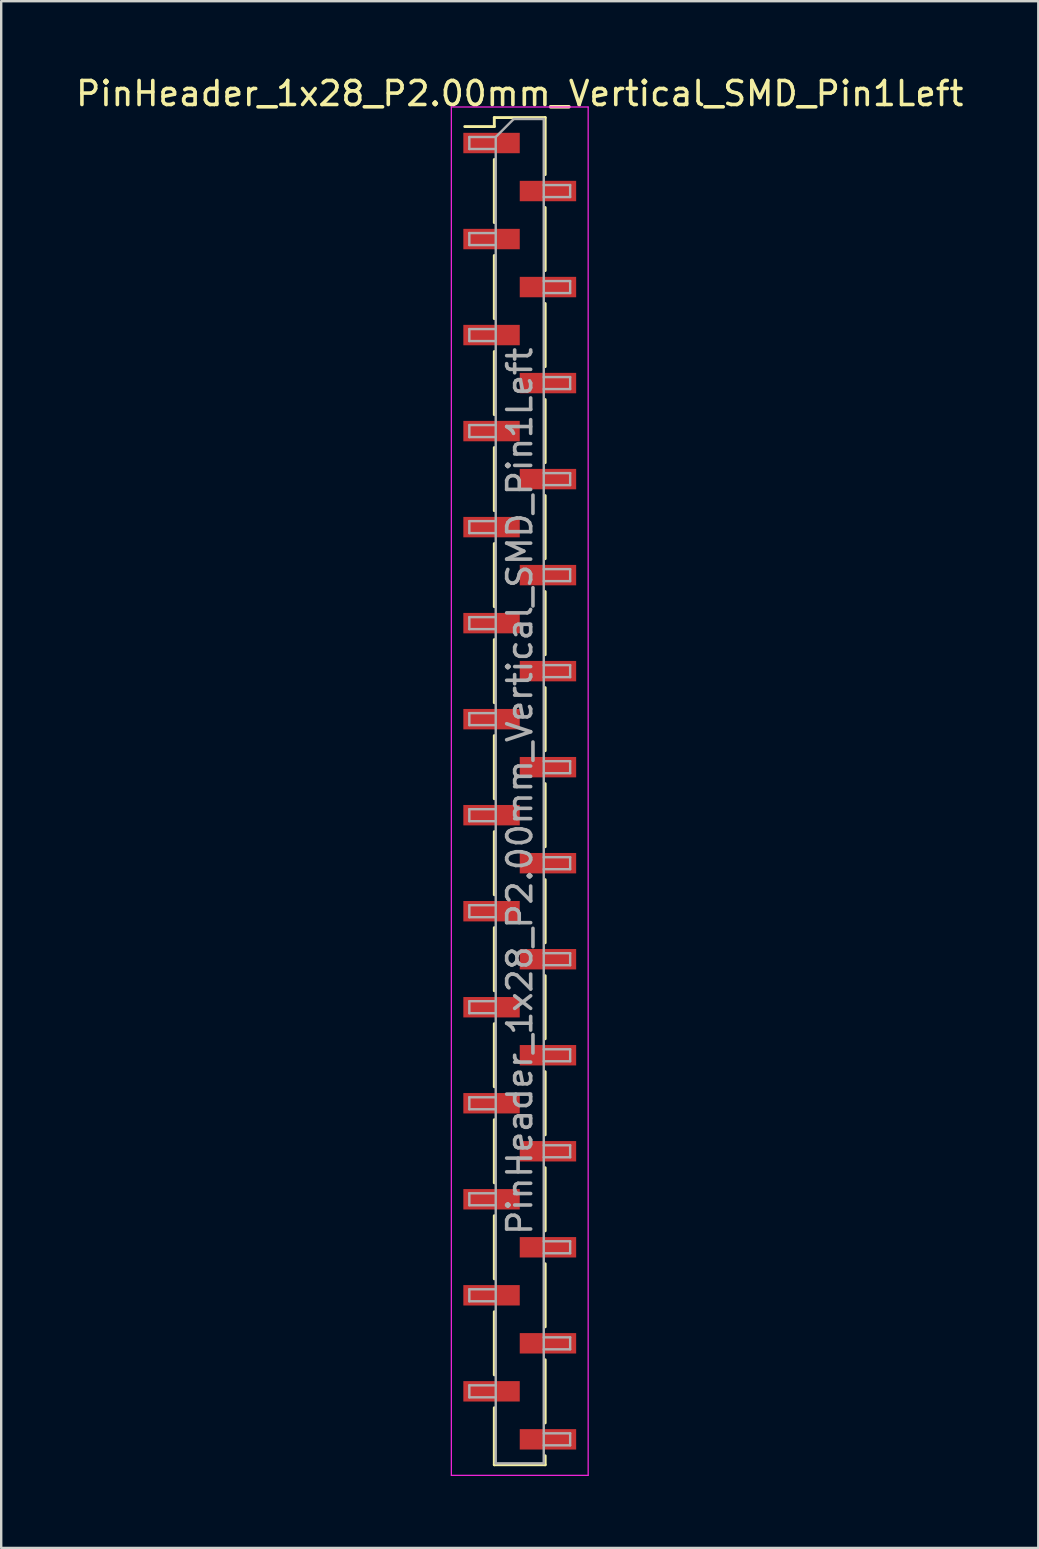
<source format=kicad_pcb>
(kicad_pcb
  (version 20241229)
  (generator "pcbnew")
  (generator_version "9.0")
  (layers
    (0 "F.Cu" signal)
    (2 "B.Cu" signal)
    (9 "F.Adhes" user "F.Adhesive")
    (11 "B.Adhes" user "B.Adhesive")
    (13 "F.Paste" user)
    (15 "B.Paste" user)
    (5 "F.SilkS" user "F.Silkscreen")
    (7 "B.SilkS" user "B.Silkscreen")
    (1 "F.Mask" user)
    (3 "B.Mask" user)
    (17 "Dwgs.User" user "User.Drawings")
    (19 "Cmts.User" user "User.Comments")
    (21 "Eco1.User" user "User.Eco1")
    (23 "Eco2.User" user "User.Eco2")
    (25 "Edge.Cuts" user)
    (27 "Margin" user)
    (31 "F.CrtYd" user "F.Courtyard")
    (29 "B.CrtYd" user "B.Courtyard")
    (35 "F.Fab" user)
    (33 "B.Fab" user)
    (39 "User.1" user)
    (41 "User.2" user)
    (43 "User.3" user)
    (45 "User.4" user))
  (footprint "PinHeader_1x28_P2.00mm_Vertical_SMD_Pin1Left"
    (layer "F.Cu")
    (at 18.601 29.908)
    (property "Reference" "PinHeader_1x28_P2.00mm_Vertical_SMD_Pin1Left" (at 0 -29.06 0) (layer "F.SilkS") (effects (font (size 1 1) (thickness 0.15))))
    (attr smd)
    (fp_line (start -1.06 -28.06) (end -1.06 -27.685) (stroke (width 0.12) (type solid)) (layer "F.SilkS"))
    (fp_line (start -1.06 -28.06) (end 1.06 -28.06) (stroke (width 0.12) (type solid)) (layer "F.SilkS"))
    (fp_line (start -1.06 -27.685) (end -2.29 -27.685) (stroke (width 0.12) (type solid)) (layer "F.SilkS"))
    (fp_line (start -1.06 -26.315) (end -1.06 -23.685) (stroke (width 0.12) (type solid)) (layer "F.SilkS"))
    (fp_line (start -1.06 -22.315) (end -1.06 -19.685) (stroke (width 0.12) (type solid)) (layer "F.SilkS"))
    (fp_line (start -1.06 -18.315) (end -1.06 -15.685) (stroke (width 0.12) (type solid)) (layer "F.SilkS"))
    (fp_line (start -1.06 -14.315) (end -1.06 -11.685) (stroke (width 0.12) (type solid)) (layer "F.SilkS"))
    (fp_line (start -1.06 -10.315) (end -1.06 -7.685) (stroke (width 0.12) (type solid)) (layer "F.SilkS"))
    (fp_line (start -1.06 -6.315) (end -1.06 -3.685) (stroke (width 0.12) (type solid)) (layer "F.SilkS"))
    (fp_line (start -1.06 -2.315) (end -1.06 0.315) (stroke (width 0.12) (type solid)) (layer "F.SilkS"))
    (fp_line (start -1.06 1.685) (end -1.06 4.315) (stroke (width 0.12) (type solid)) (layer "F.SilkS"))
    (fp_line (start -1.06 5.685) (end -1.06 8.315) (stroke (width 0.12) (type solid)) (layer "F.SilkS"))
    (fp_line (start -1.06 9.685) (end -1.06 12.315) (stroke (width 0.12) (type solid)) (layer "F.SilkS"))
    (fp_line (start -1.06 13.685) (end -1.06 16.315) (stroke (width 0.12) (type solid)) (layer "F.SilkS"))
    (fp_line (start -1.06 17.685) (end -1.06 20.315) (stroke (width 0.12) (type solid)) (layer "F.SilkS"))
    (fp_line (start -1.06 21.685) (end -1.06 24.315) (stroke (width 0.12) (type solid)) (layer "F.SilkS"))
    (fp_line (start -1.06 25.685) (end -1.06 28.06) (stroke (width 0.12) (type solid)) (layer "F.SilkS"))
    (fp_line (start -1.06 28.06) (end 1.06 28.06) (stroke (width 0.12) (type solid)) (layer "F.SilkS"))
    (fp_line (start 1.06 -28.06) (end 1.06 -25.685) (stroke (width 0.12) (type solid)) (layer "F.SilkS"))
    (fp_line (start 1.06 -24.315) (end 1.06 -21.685) (stroke (width 0.12) (type solid)) (layer "F.SilkS"))
    (fp_line (start 1.06 -20.315) (end 1.06 -17.685) (stroke (width 0.12) (type solid)) (layer "F.SilkS"))
    (fp_line (start 1.06 -16.315) (end 1.06 -13.685) (stroke (width 0.12) (type solid)) (layer "F.SilkS"))
    (fp_line (start 1.06 -12.315) (end 1.06 -9.685) (stroke (width 0.12) (type solid)) (layer "F.SilkS"))
    (fp_line (start 1.06 -8.315) (end 1.06 -5.685) (stroke (width 0.12) (type solid)) (layer "F.SilkS"))
    (fp_line (start 1.06 -4.315) (end 1.06 -1.685) (stroke (width 0.12) (type solid)) (layer "F.SilkS"))
    (fp_line (start 1.06 -0.315) (end 1.06 2.315) (stroke (width 0.12) (type solid)) (layer "F.SilkS"))
    (fp_line (start 1.06 3.685) (end 1.06 6.315) (stroke (width 0.12) (type solid)) (layer "F.SilkS"))
    (fp_line (start 1.06 7.685) (end 1.06 10.315) (stroke (width 0.12) (type solid)) (layer "F.SilkS"))
    (fp_line (start 1.06 11.685) (end 1.06 14.315) (stroke (width 0.12) (type solid)) (layer "F.SilkS"))
    (fp_line (start 1.06 15.685) (end 1.06 18.315) (stroke (width 0.12) (type solid)) (layer "F.SilkS"))
    (fp_line (start 1.06 19.685) (end 1.06 22.315) (stroke (width 0.12) (type solid)) (layer "F.SilkS"))
    (fp_line (start 1.06 23.685) (end 1.06 26.315) (stroke (width 0.12) (type solid)) (layer "F.SilkS"))
    (fp_line (start 1.06 27.685) (end 1.06 28.06) (stroke (width 0.12) (type solid)) (layer "F.SilkS"))
    (fp_line (start -2.85 -28.5) (end -2.85 28.5) (stroke (width 0.05) (type solid)) (layer "F.CrtYd"))
    (fp_line (start -2.85 28.5) (end 2.85 28.5) (stroke (width 0.05) (type solid)) (layer "F.CrtYd"))
    (fp_line (start 2.85 -28.5) (end -2.85 -28.5) (stroke (width 0.05) (type solid)) (layer "F.CrtYd"))
    (fp_line (start 2.85 28.5) (end 2.85 -28.5) (stroke (width 0.05) (type solid)) (layer "F.CrtYd"))
    (fp_line (start -2.1 -27.25) (end -2.1 -26.75) (stroke (width 0.1) (type solid)) (layer "F.Fab"))
    (fp_line (start -2.1 -26.75) (end -1 -26.75) (stroke (width 0.1) (type solid)) (layer "F.Fab"))
    (fp_line (start -2.1 -23.25) (end -2.1 -22.75) (stroke (width 0.1) (type solid)) (layer "F.Fab"))
    (fp_line (start -2.1 -22.75) (end -1 -22.75) (stroke (width 0.1) (type solid)) (layer "F.Fab"))
    (fp_line (start -2.1 -19.25) (end -2.1 -18.75) (stroke (width 0.1) (type solid)) (layer "F.Fab"))
    (fp_line (start -2.1 -18.75) (end -1 -18.75) (stroke (width 0.1) (type solid)) (layer "F.Fab"))
    (fp_line (start -2.1 -15.25) (end -2.1 -14.75) (stroke (width 0.1) (type solid)) (layer "F.Fab"))
    (fp_line (start -2.1 -14.75) (end -1 -14.75) (stroke (width 0.1) (type solid)) (layer "F.Fab"))
    (fp_line (start -2.1 -11.25) (end -2.1 -10.75) (stroke (width 0.1) (type solid)) (layer "F.Fab"))
    (fp_line (start -2.1 -10.75) (end -1 -10.75) (stroke (width 0.1) (type solid)) (layer "F.Fab"))
    (fp_line (start -2.1 -7.25) (end -2.1 -6.75) (stroke (width 0.1) (type solid)) (layer "F.Fab"))
    (fp_line (start -2.1 -6.75) (end -1 -6.75) (stroke (width 0.1) (type solid)) (layer "F.Fab"))
    (fp_line (start -2.1 -3.25) (end -2.1 -2.75) (stroke (width 0.1) (type solid)) (layer "F.Fab"))
    (fp_line (start -2.1 -2.75) (end -1 -2.75) (stroke (width 0.1) (type solid)) (layer "F.Fab"))
    (fp_line (start -2.1 0.75) (end -2.1 1.25) (stroke (width 0.1) (type solid)) (layer "F.Fab"))
    (fp_line (start -2.1 1.25) (end -1 1.25) (stroke (width 0.1) (type solid)) (layer "F.Fab"))
    (fp_line (start -2.1 4.75) (end -2.1 5.25) (stroke (width 0.1) (type solid)) (layer "F.Fab"))
    (fp_line (start -2.1 5.25) (end -1 5.25) (stroke (width 0.1) (type solid)) (layer "F.Fab"))
    (fp_line (start -2.1 8.75) (end -2.1 9.25) (stroke (width 0.1) (type solid)) (layer "F.Fab"))
    (fp_line (start -2.1 9.25) (end -1 9.25) (stroke (width 0.1) (type solid)) (layer "F.Fab"))
    (fp_line (start -2.1 12.75) (end -2.1 13.25) (stroke (width 0.1) (type solid)) (layer "F.Fab"))
    (fp_line (start -2.1 13.25) (end -1 13.25) (stroke (width 0.1) (type solid)) (layer "F.Fab"))
    (fp_line (start -2.1 16.75) (end -2.1 17.25) (stroke (width 0.1) (type solid)) (layer "F.Fab"))
    (fp_line (start -2.1 17.25) (end -1 17.25) (stroke (width 0.1) (type solid)) (layer "F.Fab"))
    (fp_line (start -2.1 20.75) (end -2.1 21.25) (stroke (width 0.1) (type solid)) (layer "F.Fab"))
    (fp_line (start -2.1 21.25) (end -1 21.25) (stroke (width 0.1) (type solid)) (layer "F.Fab"))
    (fp_line (start -2.1 24.75) (end -2.1 25.25) (stroke (width 0.1) (type solid)) (layer "F.Fab"))
    (fp_line (start -2.1 25.25) (end -1 25.25) (stroke (width 0.1) (type solid)) (layer "F.Fab"))
    (fp_line (start -1 -27.25) (end -2.1 -27.25) (stroke (width 0.1) (type solid)) (layer "F.Fab"))
    (fp_line (start -1 -27.25) (end -0.25 -28) (stroke (width 0.1) (type solid)) (layer "F.Fab"))
    (fp_line (start -1 -23.25) (end -2.1 -23.25) (stroke (width 0.1) (type solid)) (layer "F.Fab"))
    (fp_line (start -1 -19.25) (end -2.1 -19.25) (stroke (width 0.1) (type solid)) (layer "F.Fab"))
    (fp_line (start -1 -15.25) (end -2.1 -15.25) (stroke (width 0.1) (type solid)) (layer "F.Fab"))
    (fp_line (start -1 -11.25) (end -2.1 -11.25) (stroke (width 0.1) (type solid)) (layer "F.Fab"))
    (fp_line (start -1 -7.25) (end -2.1 -7.25) (stroke (width 0.1) (type solid)) (layer "F.Fab"))
    (fp_line (start -1 -3.25) (end -2.1 -3.25) (stroke (width 0.1) (type solid)) (layer "F.Fab"))
    (fp_line (start -1 0.75) (end -2.1 0.75) (stroke (width 0.1) (type solid)) (layer "F.Fab"))
    (fp_line (start -1 4.75) (end -2.1 4.75) (stroke (width 0.1) (type solid)) (layer "F.Fab"))
    (fp_line (start -1 8.75) (end -2.1 8.75) (stroke (width 0.1) (type solid)) (layer "F.Fab"))
    (fp_line (start -1 12.75) (end -2.1 12.75) (stroke (width 0.1) (type solid)) (layer "F.Fab"))
    (fp_line (start -1 16.75) (end -2.1 16.75) (stroke (width 0.1) (type solid)) (layer "F.Fab"))
    (fp_line (start -1 20.75) (end -2.1 20.75) (stroke (width 0.1) (type solid)) (layer "F.Fab"))
    (fp_line (start -1 24.75) (end -2.1 24.75) (stroke (width 0.1) (type solid)) (layer "F.Fab"))
    (fp_line (start -1 28) (end -1 -27.25) (stroke (width 0.1) (type solid)) (layer "F.Fab"))
    (fp_line (start -0.25 -28) (end 1 -28) (stroke (width 0.1) (type solid)) (layer "F.Fab"))
    (fp_line (start 1 -28) (end 1 28) (stroke (width 0.1) (type solid)) (layer "F.Fab"))
    (fp_line (start 1 -25.25) (end 2.1 -25.25) (stroke (width 0.1) (type solid)) (layer "F.Fab"))
    (fp_line (start 1 -21.25) (end 2.1 -21.25) (stroke (width 0.1) (type solid)) (layer "F.Fab"))
    (fp_line (start 1 -17.25) (end 2.1 -17.25) (stroke (width 0.1) (type solid)) (layer "F.Fab"))
    (fp_line (start 1 -13.25) (end 2.1 -13.25) (stroke (width 0.1) (type solid)) (layer "F.Fab"))
    (fp_line (start 1 -9.25) (end 2.1 -9.25) (stroke (width 0.1) (type solid)) (layer "F.Fab"))
    (fp_line (start 1 -5.25) (end 2.1 -5.25) (stroke (width 0.1) (type solid)) (layer "F.Fab"))
    (fp_line (start 1 -1.25) (end 2.1 -1.25) (stroke (width 0.1) (type solid)) (layer "F.Fab"))
    (fp_line (start 1 2.75) (end 2.1 2.75) (stroke (width 0.1) (type solid)) (layer "F.Fab"))
    (fp_line (start 1 6.75) (end 2.1 6.75) (stroke (width 0.1) (type solid)) (layer "F.Fab"))
    (fp_line (start 1 10.75) (end 2.1 10.75) (stroke (width 0.1) (type solid)) (layer "F.Fab"))
    (fp_line (start 1 14.75) (end 2.1 14.75) (stroke (width 0.1) (type solid)) (layer "F.Fab"))
    (fp_line (start 1 18.75) (end 2.1 18.75) (stroke (width 0.1) (type solid)) (layer "F.Fab"))
    (fp_line (start 1 22.75) (end 2.1 22.75) (stroke (width 0.1) (type solid)) (layer "F.Fab"))
    (fp_line (start 1 26.75) (end 2.1 26.75) (stroke (width 0.1) (type solid)) (layer "F.Fab"))
    (fp_line (start 1 28) (end -1 28) (stroke (width 0.1) (type solid)) (layer "F.Fab"))
    (fp_line (start 2.1 -25.25) (end 2.1 -24.75) (stroke (width 0.1) (type solid)) (layer "F.Fab"))
    (fp_line (start 2.1 -24.75) (end 1 -24.75) (stroke (width 0.1) (type solid)) (layer "F.Fab"))
    (fp_line (start 2.1 -21.25) (end 2.1 -20.75) (stroke (width 0.1) (type solid)) (layer "F.Fab"))
    (fp_line (start 2.1 -20.75) (end 1 -20.75) (stroke (width 0.1) (type solid)) (layer "F.Fab"))
    (fp_line (start 2.1 -17.25) (end 2.1 -16.75) (stroke (width 0.1) (type solid)) (layer "F.Fab"))
    (fp_line (start 2.1 -16.75) (end 1 -16.75) (stroke (width 0.1) (type solid)) (layer "F.Fab"))
    (fp_line (start 2.1 -13.25) (end 2.1 -12.75) (stroke (width 0.1) (type solid)) (layer "F.Fab"))
    (fp_line (start 2.1 -12.75) (end 1 -12.75) (stroke (width 0.1) (type solid)) (layer "F.Fab"))
    (fp_line (start 2.1 -9.25) (end 2.1 -8.75) (stroke (width 0.1) (type solid)) (layer "F.Fab"))
    (fp_line (start 2.1 -8.75) (end 1 -8.75) (stroke (width 0.1) (type solid)) (layer "F.Fab"))
    (fp_line (start 2.1 -5.25) (end 2.1 -4.75) (stroke (width 0.1) (type solid)) (layer "F.Fab"))
    (fp_line (start 2.1 -4.75) (end 1 -4.75) (stroke (width 0.1) (type solid)) (layer "F.Fab"))
    (fp_line (start 2.1 -1.25) (end 2.1 -0.75) (stroke (width 0.1) (type solid)) (layer "F.Fab"))
    (fp_line (start 2.1 -0.75) (end 1 -0.75) (stroke (width 0.1) (type solid)) (layer "F.Fab"))
    (fp_line (start 2.1 2.75) (end 2.1 3.25) (stroke (width 0.1) (type solid)) (layer "F.Fab"))
    (fp_line (start 2.1 3.25) (end 1 3.25) (stroke (width 0.1) (type solid)) (layer "F.Fab"))
    (fp_line (start 2.1 6.75) (end 2.1 7.25) (stroke (width 0.1) (type solid)) (layer "F.Fab"))
    (fp_line (start 2.1 7.25) (end 1 7.25) (stroke (width 0.1) (type solid)) (layer "F.Fab"))
    (fp_line (start 2.1 10.75) (end 2.1 11.25) (stroke (width 0.1) (type solid)) (layer "F.Fab"))
    (fp_line (start 2.1 11.25) (end 1 11.25) (stroke (width 0.1) (type solid)) (layer "F.Fab"))
    (fp_line (start 2.1 14.75) (end 2.1 15.25) (stroke (width 0.1) (type solid)) (layer "F.Fab"))
    (fp_line (start 2.1 15.25) (end 1 15.25) (stroke (width 0.1) (type solid)) (layer "F.Fab"))
    (fp_line (start 2.1 18.75) (end 2.1 19.25) (stroke (width 0.1) (type solid)) (layer "F.Fab"))
    (fp_line (start 2.1 19.25) (end 1 19.25) (stroke (width 0.1) (type solid)) (layer "F.Fab"))
    (fp_line (start 2.1 22.75) (end 2.1 23.25) (stroke (width 0.1) (type solid)) (layer "F.Fab"))
    (fp_line (start 2.1 23.25) (end 1 23.25) (stroke (width 0.1) (type solid)) (layer "F.Fab"))
    (fp_line (start 2.1 26.75) (end 2.1 27.25) (stroke (width 0.1) (type solid)) (layer "F.Fab"))
    (fp_line (start 2.1 27.25) (end 1 27.25) (stroke (width 0.1) (type solid)) (layer "F.Fab"))
    (fp_text user "${REFERENCE}" (at 0 0 90) (layer "F.Fab") (effects (font (size 1 1) (thickness 0.15))))
    (pad "1" smd rect (at -1.175 -27) (size 2.35 0.85) (layers "F.Cu" "F.Mask" "F.Paste"))
    (pad "2" smd rect (at 1.175 -25) (size 2.35 0.85) (layers "F.Cu" "F.Mask" "F.Paste"))
    (pad "3" smd rect (at -1.175 -23) (size 2.35 0.85) (layers "F.Cu" "F.Mask" "F.Paste"))
    (pad "4" smd rect (at 1.175 -21) (size 2.35 0.85) (layers "F.Cu" "F.Mask" "F.Paste"))
    (pad "5" smd rect (at -1.175 -19) (size 2.35 0.85) (layers "F.Cu" "F.Mask" "F.Paste"))
    (pad "6" smd rect (at 1.175 -17) (size 2.35 0.85) (layers "F.Cu" "F.Mask" "F.Paste"))
    (pad "7" smd rect (at -1.175 -15) (size 2.35 0.85) (layers "F.Cu" "F.Mask" "F.Paste"))
    (pad "8" smd rect (at 1.175 -13) (size 2.35 0.85) (layers "F.Cu" "F.Mask" "F.Paste"))
    (pad "9" smd rect (at -1.175 -11) (size 2.35 0.85) (layers "F.Cu" "F.Mask" "F.Paste"))
    (pad "10" smd rect (at 1.175 -9) (size 2.35 0.85) (layers "F.Cu" "F.Mask" "F.Paste"))
    (pad "11" smd rect (at -1.175 -7) (size 2.35 0.85) (layers "F.Cu" "F.Mask" "F.Paste"))
    (pad "12" smd rect (at 1.175 -5) (size 2.35 0.85) (layers "F.Cu" "F.Mask" "F.Paste"))
    (pad "13" smd rect (at -1.175 -3) (size 2.35 0.85) (layers "F.Cu" "F.Mask" "F.Paste"))
    (pad "14" smd rect (at 1.175 -1) (size 2.35 0.85) (layers "F.Cu" "F.Mask" "F.Paste"))
    (pad "15" smd rect (at -1.175 1) (size 2.35 0.85) (layers "F.Cu" "F.Mask" "F.Paste"))
    (pad "16" smd rect (at 1.175 3) (size 2.35 0.85) (layers "F.Cu" "F.Mask" "F.Paste"))
    (pad "17" smd rect (at -1.175 5) (size 2.35 0.85) (layers "F.Cu" "F.Mask" "F.Paste"))
    (pad "18" smd rect (at 1.175 7) (size 2.35 0.85) (layers "F.Cu" "F.Mask" "F.Paste"))
    (pad "19" smd rect (at -1.175 9) (size 2.35 0.85) (layers "F.Cu" "F.Mask" "F.Paste"))
    (pad "20" smd rect (at 1.175 11) (size 2.35 0.85) (layers "F.Cu" "F.Mask" "F.Paste"))
    (pad "21" smd rect (at -1.175 13) (size 2.35 0.85) (layers "F.Cu" "F.Mask" "F.Paste"))
    (pad "22" smd rect (at 1.175 15) (size 2.35 0.85) (layers "F.Cu" "F.Mask" "F.Paste"))
    (pad "23" smd rect (at -1.175 17) (size 2.35 0.85) (layers "F.Cu" "F.Mask" "F.Paste"))
    (pad "24" smd rect (at 1.175 19) (size 2.35 0.85) (layers "F.Cu" "F.Mask" "F.Paste"))
    (pad "25" smd rect (at -1.175 21) (size 2.35 0.85) (layers "F.Cu" "F.Mask" "F.Paste"))
    (pad "26" smd rect (at 1.175 23) (size 2.35 0.85) (layers "F.Cu" "F.Mask" "F.Paste"))
    (pad "27" smd rect (at -1.175 25) (size 2.35 0.85) (layers "F.Cu" "F.Mask" "F.Paste"))
    (pad "28" smd rect (at 1.175 27) (size 2.35 0.85) (layers "F.Cu" "F.Mask" "F.Paste")))
  (gr_rect
    (start -3 -3)
    (end 40.202 61.433)
    (stroke (width 0.1) (type default))
    (fill no)
    (layer "Edge.Cuts")))
</source>
